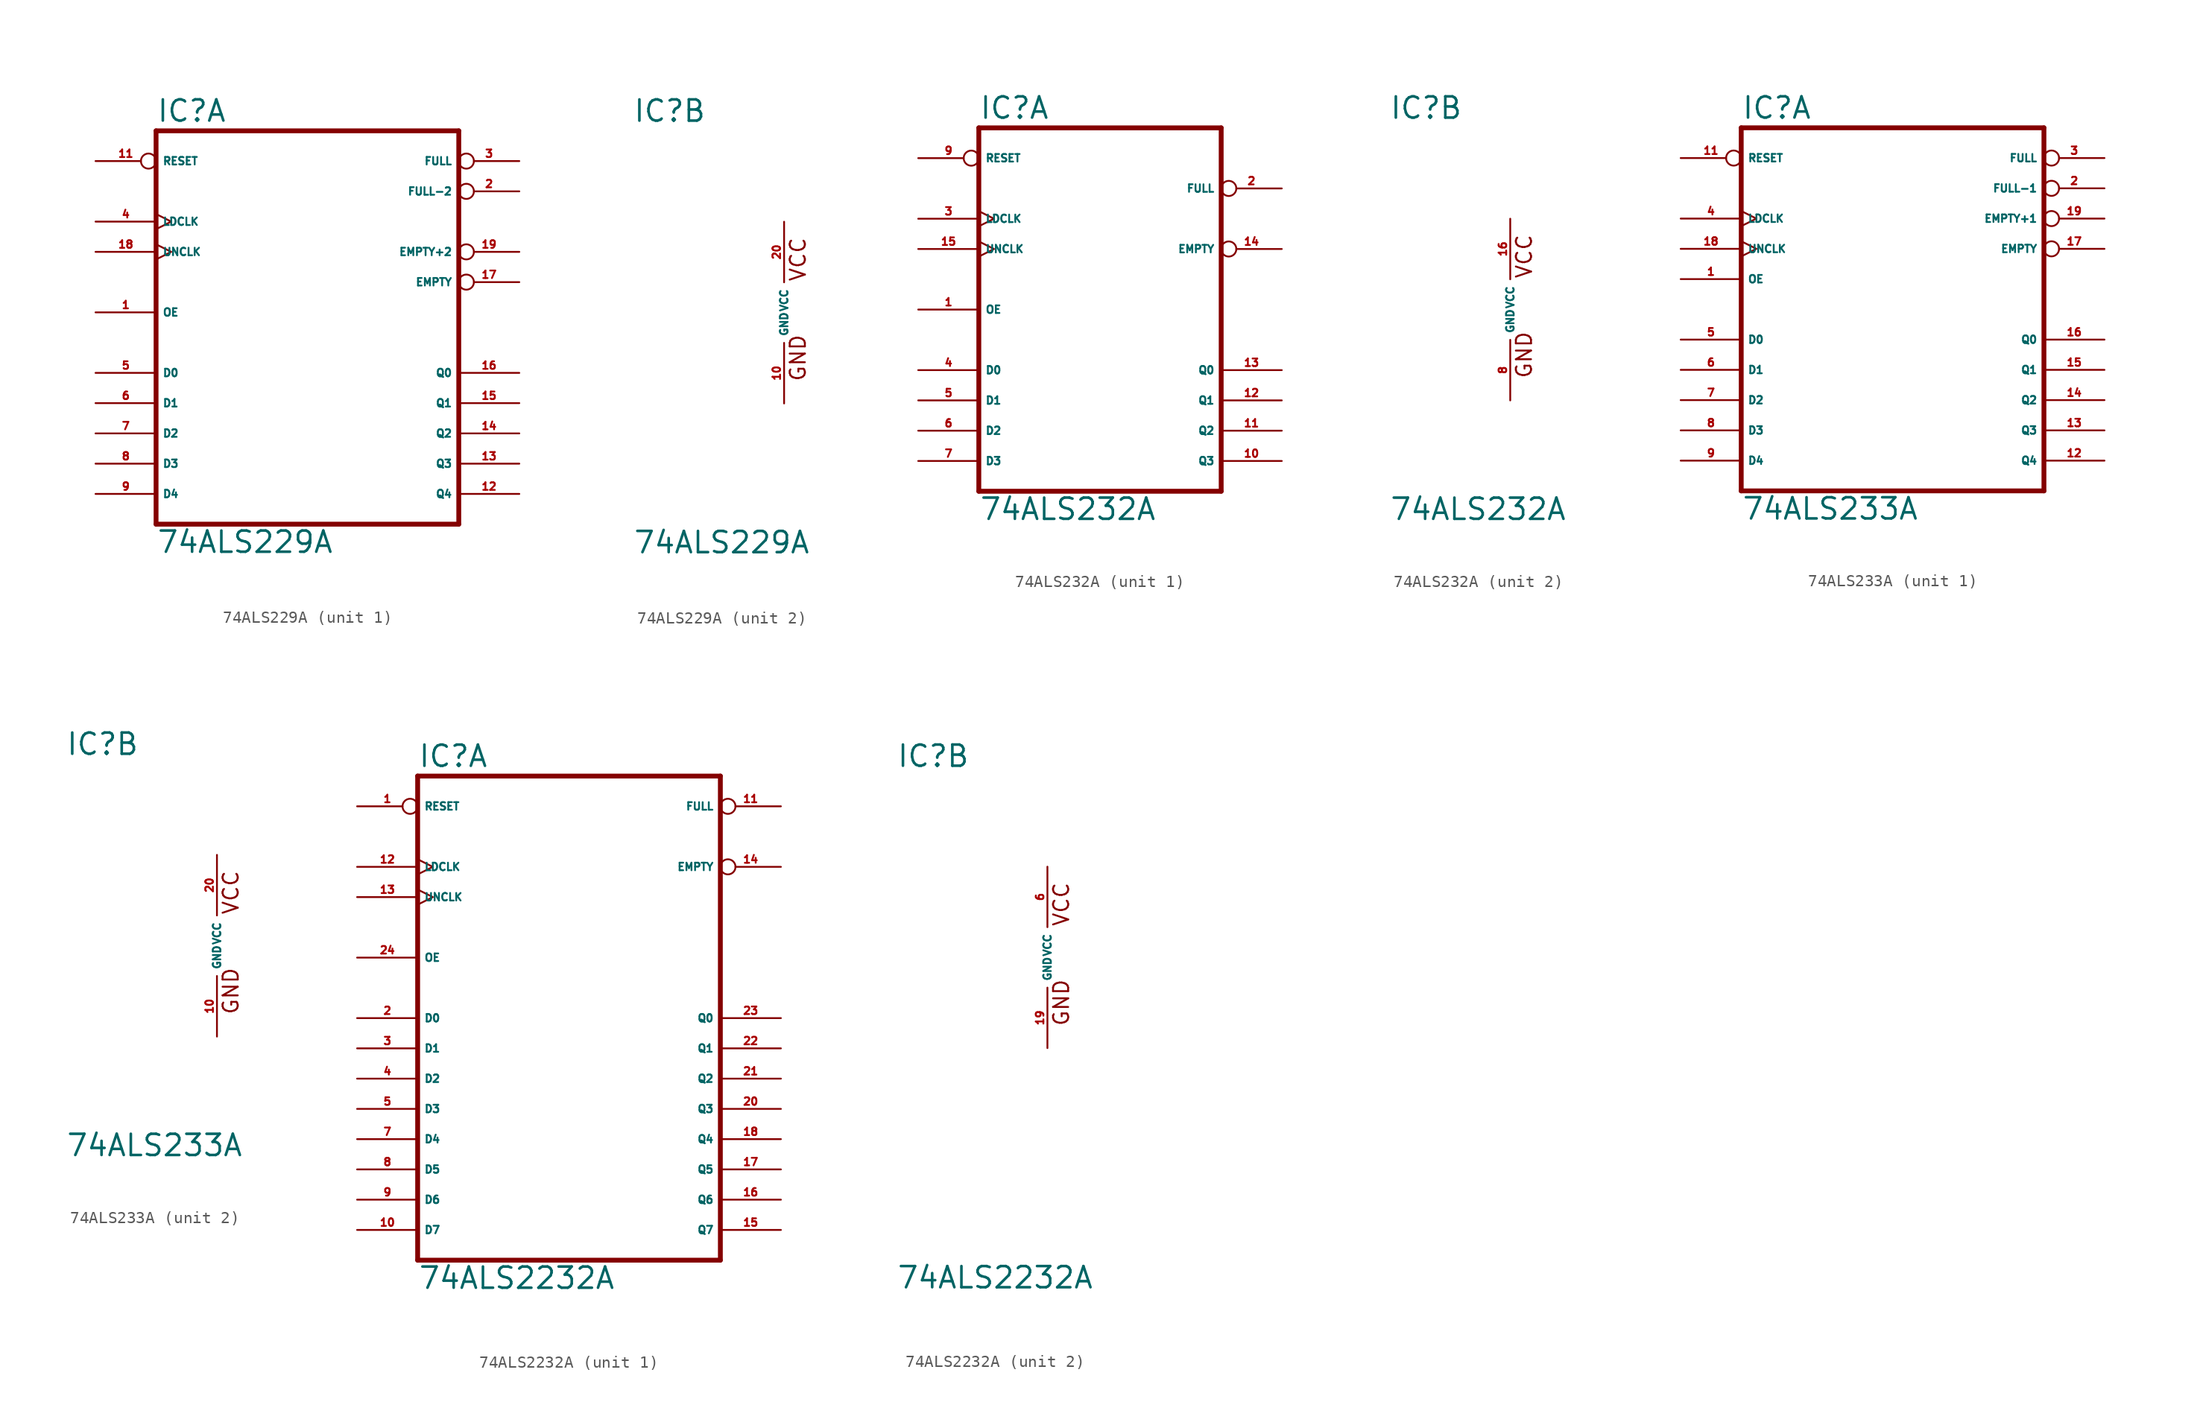
<source format=kicad_sym>
(kicad_symbol_lib
  (version 20220914)
  (generator Eagle2Kicad)
  (symbol "74ALS229A"
    (property "Reference" "IC"
      (at -12.7 15.875 0)
      (effects (font (size 1.778 1.778) (thickness 0.22)) (justify left bottom)))
    (property "Value" "74ALS229A"
      (at -12.7 -20.32 0)
      (effects (font (size 1.778 1.778) (thickness 0.22)) (justify left bottom)))
    (symbol "74ALS229A_1_0"
      (polyline (pts (xy -12.7 -17.78) (xy 12.7 -17.78)) (stroke (width 0.406) (type default)) (fill (type none)))
      (polyline (pts (xy 12.7 15.24) (xy 12.7 -17.78)) (stroke (width 0.406) (type default)) (fill (type none)))
      (polyline (pts (xy 12.7 15.24) (xy -12.7 15.24)) (stroke (width 0.406) (type default)) (fill (type none)))
      (polyline (pts (xy -12.7 -17.78) (xy -12.7 15.24)) (stroke (width 0.406) (type default)) (fill (type none)))
      (pin input inverted (at -17.78 12.7 0) (length 5.08) (name "RESET" (effects (font (size 0.635 0.635) (thickness 0.08)) (justify left bottom))) (number "11" (effects (font (size 0.635 0.635) (thickness 0.08)) (justify left bottom))))
      (pin input clock (at -17.78 7.62 0) (length 5.08) (name "LDCLK" (effects (font (size 0.635 0.635) (thickness 0.08)) (justify left bottom))) (number "4" (effects (font (size 0.635 0.635) (thickness 0.08)) (justify left bottom))))
      (pin input clock (at -17.78 5.08 0) (length 5.08) (name "UNCLK" (effects (font (size 0.635 0.635) (thickness 0.08)) (justify left bottom))) (number "18" (effects (font (size 0.635 0.635) (thickness 0.08)) (justify left bottom))))
      (pin input line (at -17.78 0 0) (length 5.08) (name "OE" (effects (font (size 0.635 0.635) (thickness 0.08)) (justify left bottom))) (number "1" (effects (font (size 0.635 0.635) (thickness 0.08)) (justify left bottom))))
      (pin input line (at -17.78 -5.08 0) (length 5.08) (name "D0" (effects (font (size 0.635 0.635) (thickness 0.08)) (justify left bottom))) (number "5" (effects (font (size 0.635 0.635) (thickness 0.08)) (justify left bottom))))
      (pin input line (at -17.78 -7.62 0) (length 5.08) (name "D1" (effects (font (size 0.635 0.635) (thickness 0.08)) (justify left bottom))) (number "6" (effects (font (size 0.635 0.635) (thickness 0.08)) (justify left bottom))))
      (pin input line (at -17.78 -10.16 0) (length 5.08) (name "D2" (effects (font (size 0.635 0.635) (thickness 0.08)) (justify left bottom))) (number "7" (effects (font (size 0.635 0.635) (thickness 0.08)) (justify left bottom))))
      (pin input line (at -17.78 -12.7 0) (length 5.08) (name "D3" (effects (font (size 0.635 0.635) (thickness 0.08)) (justify left bottom))) (number "8" (effects (font (size 0.635 0.635) (thickness 0.08)) (justify left bottom))))
      (pin input line (at -17.78 -15.24 0) (length 5.08) (name "D4" (effects (font (size 0.635 0.635) (thickness 0.08)) (justify left bottom))) (number "9" (effects (font (size 0.635 0.635) (thickness 0.08)) (justify left bottom))))
      (pin tri_state line (at 17.78 -5.08 180) (length 5.08) (name "Q0" (effects (font (size 0.635 0.635) (thickness 0.08)) (justify left bottom))) (number "16" (effects (font (size 0.635 0.635) (thickness 0.08)) (justify left bottom))))
      (pin tri_state line (at 17.78 -7.62 180) (length 5.08) (name "Q1" (effects (font (size 0.635 0.635) (thickness 0.08)) (justify left bottom))) (number "15" (effects (font (size 0.635 0.635) (thickness 0.08)) (justify left bottom))))
      (pin tri_state line (at 17.78 -10.16 180) (length 5.08) (name "Q2" (effects (font (size 0.635 0.635) (thickness 0.08)) (justify left bottom))) (number "14" (effects (font (size 0.635 0.635) (thickness 0.08)) (justify left bottom))))
      (pin tri_state line (at 17.78 -12.7 180) (length 5.08) (name "Q3" (effects (font (size 0.635 0.635) (thickness 0.08)) (justify left bottom))) (number "13" (effects (font (size 0.635 0.635) (thickness 0.08)) (justify left bottom))))
      (pin tri_state line (at 17.78 -15.24 180) (length 5.08) (name "Q4" (effects (font (size 0.635 0.635) (thickness 0.08)) (justify left bottom))) (number "12" (effects (font (size 0.635 0.635) (thickness 0.08)) (justify left bottom))))
      (pin output inverted (at 17.78 12.7 180) (length 5.08) (name "FULL" (effects (font (size 0.635 0.635) (thickness 0.08)) (justify left bottom))) (number "3" (effects (font (size 0.635 0.635) (thickness 0.08)) (justify left bottom))))
      (pin output inverted (at 17.78 10.16 180) (length 5.08) (name "FULL-2" (effects (font (size 0.635 0.635) (thickness 0.08)) (justify left bottom))) (number "2" (effects (font (size 0.635 0.635) (thickness 0.08)) (justify left bottom))))
      (pin output inverted (at 17.78 5.08 180) (length 5.08) (name "EMPTY+2" (effects (font (size 0.635 0.635) (thickness 0.08)) (justify left bottom))) (number "19" (effects (font (size 0.635 0.635) (thickness 0.08)) (justify left bottom))))
      (pin output inverted (at 17.78 2.54 180) (length 5.08) (name "EMPTY" (effects (font (size 0.635 0.635) (thickness 0.08)) (justify left bottom))) (number "17" (effects (font (size 0.635 0.635) (thickness 0.08)) (justify left bottom)))))
    (symbol "74ALS229A_2_0"
      (text "GND" (at 1.905 -5.842 900) (effects (font (size 1.27 1.27) (thickness 0.16)) (justify left bottom)))
      (text "VCC" (at 1.905 2.54 900) (effects (font (size 1.27 1.27) (thickness 0.16)) (justify left bottom)))
      (pin unspecified line (at 0 -7.62 90) (length 5.08) (name "GND" (effects (font (size 0.635 0.635) (thickness 0.08)) (justify left bottom))) (number "10" (effects (font (size 0.635 0.635) (thickness 0.08)) (justify left bottom))))
      (pin unspecified line (at 0 7.62 270) (length 5.08) (name "VCC" (effects (font (size 0.635 0.635) (thickness 0.08)) (justify left bottom))) (number "20" (effects (font (size 0.635 0.635) (thickness 0.08)) (justify left bottom))))))
  (symbol "74ALS232A"
    (property "Reference" "IC"
      (at -10.16 15.875 0)
      (effects (font (size 1.778 1.778) (thickness 0.22)) (justify left bottom)))
    (property "Value" "74ALS232A"
      (at -10.16 -17.78 0)
      (effects (font (size 1.778 1.778) (thickness 0.22)) (justify left bottom)))
    (symbol "74ALS232A_1_0"
      (polyline (pts (xy -10.16 -15.24) (xy 10.16 -15.24)) (stroke (width 0.406) (type default)) (fill (type none)))
      (polyline (pts (xy 10.16 15.24) (xy 10.16 -15.24)) (stroke (width 0.406) (type default)) (fill (type none)))
      (polyline (pts (xy 10.16 15.24) (xy -10.16 15.24)) (stroke (width 0.406) (type default)) (fill (type none)))
      (polyline (pts (xy -10.16 -15.24) (xy -10.16 15.24)) (stroke (width 0.406) (type default)) (fill (type none)))
      (pin input inverted (at -15.24 12.7 0) (length 5.08) (name "RESET" (effects (font (size 0.635 0.635) (thickness 0.08)) (justify left bottom))) (number "9" (effects (font (size 0.635 0.635) (thickness 0.08)) (justify left bottom))))
      (pin input clock (at -15.24 7.62 0) (length 5.08) (name "LDCLK" (effects (font (size 0.635 0.635) (thickness 0.08)) (justify left bottom))) (number "3" (effects (font (size 0.635 0.635) (thickness 0.08)) (justify left bottom))))
      (pin input clock (at -15.24 5.08 0) (length 5.08) (name "UNCLK" (effects (font (size 0.635 0.635) (thickness 0.08)) (justify left bottom))) (number "15" (effects (font (size 0.635 0.635) (thickness 0.08)) (justify left bottom))))
      (pin input line (at -15.24 0 0) (length 5.08) (name "OE" (effects (font (size 0.635 0.635) (thickness 0.08)) (justify left bottom))) (number "1" (effects (font (size 0.635 0.635) (thickness 0.08)) (justify left bottom))))
      (pin input line (at -15.24 -5.08 0) (length 5.08) (name "D0" (effects (font (size 0.635 0.635) (thickness 0.08)) (justify left bottom))) (number "4" (effects (font (size 0.635 0.635) (thickness 0.08)) (justify left bottom))))
      (pin input line (at -15.24 -7.62 0) (length 5.08) (name "D1" (effects (font (size 0.635 0.635) (thickness 0.08)) (justify left bottom))) (number "5" (effects (font (size 0.635 0.635) (thickness 0.08)) (justify left bottom))))
      (pin input line (at -15.24 -10.16 0) (length 5.08) (name "D2" (effects (font (size 0.635 0.635) (thickness 0.08)) (justify left bottom))) (number "6" (effects (font (size 0.635 0.635) (thickness 0.08)) (justify left bottom))))
      (pin input line (at -15.24 -12.7 0) (length 5.08) (name "D3" (effects (font (size 0.635 0.635) (thickness 0.08)) (justify left bottom))) (number "7" (effects (font (size 0.635 0.635) (thickness 0.08)) (justify left bottom))))
      (pin tri_state line (at 15.24 -12.7 180) (length 5.08) (name "Q3" (effects (font (size 0.635 0.635) (thickness 0.08)) (justify left bottom))) (number "10" (effects (font (size 0.635 0.635) (thickness 0.08)) (justify left bottom))))
      (pin tri_state line (at 15.24 -10.16 180) (length 5.08) (name "Q2" (effects (font (size 0.635 0.635) (thickness 0.08)) (justify left bottom))) (number "11" (effects (font (size 0.635 0.635) (thickness 0.08)) (justify left bottom))))
      (pin tri_state line (at 15.24 -7.62 180) (length 5.08) (name "Q1" (effects (font (size 0.635 0.635) (thickness 0.08)) (justify left bottom))) (number "12" (effects (font (size 0.635 0.635) (thickness 0.08)) (justify left bottom))))
      (pin tri_state line (at 15.24 -5.08 180) (length 5.08) (name "Q0" (effects (font (size 0.635 0.635) (thickness 0.08)) (justify left bottom))) (number "13" (effects (font (size 0.635 0.635) (thickness 0.08)) (justify left bottom))))
      (pin output inverted (at 15.24 10.16 180) (length 5.08) (name "FULL" (effects (font (size 0.635 0.635) (thickness 0.08)) (justify left bottom))) (number "2" (effects (font (size 0.635 0.635) (thickness 0.08)) (justify left bottom))))
      (pin output inverted (at 15.24 5.08 180) (length 5.08) (name "EMPTY" (effects (font (size 0.635 0.635) (thickness 0.08)) (justify left bottom))) (number "14" (effects (font (size 0.635 0.635) (thickness 0.08)) (justify left bottom)))))
    (symbol "74ALS232A_2_0"
      (text "GND" (at 1.905 -5.842 900) (effects (font (size 1.27 1.27) (thickness 0.16)) (justify left bottom)))
      (text "VCC" (at 1.905 2.54 900) (effects (font (size 1.27 1.27) (thickness 0.16)) (justify left bottom)))
      (pin unspecified line (at 0 -7.62 90) (length 5.08) (name "GND" (effects (font (size 0.635 0.635) (thickness 0.08)) (justify left bottom))) (number "8" (effects (font (size 0.635 0.635) (thickness 0.08)) (justify left bottom))))
      (pin unspecified line (at 0 7.62 270) (length 5.08) (name "VCC" (effects (font (size 0.635 0.635) (thickness 0.08)) (justify left bottom))) (number "16" (effects (font (size 0.635 0.635) (thickness 0.08)) (justify left bottom))))))
  (symbol "74ALS233A"
    (property "Reference" "IC"
      (at -12.7 15.875 0)
      (effects (font (size 1.778 1.778) (thickness 0.22)) (justify left bottom)))
    (property "Value" "74ALS233A"
      (at -12.7 -17.78 0)
      (effects (font (size 1.778 1.778) (thickness 0.22)) (justify left bottom)))
    (symbol "74ALS233A_1_0"
      (polyline (pts (xy -12.7 -15.24) (xy 12.7 -15.24)) (stroke (width 0.406) (type default)) (fill (type none)))
      (polyline (pts (xy 12.7 15.24) (xy 12.7 -15.24)) (stroke (width 0.406) (type default)) (fill (type none)))
      (polyline (pts (xy 12.7 15.24) (xy -12.7 15.24)) (stroke (width 0.406) (type default)) (fill (type none)))
      (polyline (pts (xy -12.7 -15.24) (xy -12.7 15.24)) (stroke (width 0.406) (type default)) (fill (type none)))
      (pin input inverted (at -17.78 12.7 0) (length 5.08) (name "RESET" (effects (font (size 0.635 0.635) (thickness 0.08)) (justify left bottom))) (number "11" (effects (font (size 0.635 0.635) (thickness 0.08)) (justify left bottom))))
      (pin input clock (at -17.78 7.62 0) (length 5.08) (name "LDCLK" (effects (font (size 0.635 0.635) (thickness 0.08)) (justify left bottom))) (number "4" (effects (font (size 0.635 0.635) (thickness 0.08)) (justify left bottom))))
      (pin input clock (at -17.78 5.08 0) (length 5.08) (name "UNCLK" (effects (font (size 0.635 0.635) (thickness 0.08)) (justify left bottom))) (number "18" (effects (font (size 0.635 0.635) (thickness 0.08)) (justify left bottom))))
      (pin input line (at -17.78 2.54 0) (length 5.08) (name "OE" (effects (font (size 0.635 0.635) (thickness 0.08)) (justify left bottom))) (number "1" (effects (font (size 0.635 0.635) (thickness 0.08)) (justify left bottom))))
      (pin input line (at -17.78 -2.54 0) (length 5.08) (name "D0" (effects (font (size 0.635 0.635) (thickness 0.08)) (justify left bottom))) (number "5" (effects (font (size 0.635 0.635) (thickness 0.08)) (justify left bottom))))
      (pin input line (at -17.78 -5.08 0) (length 5.08) (name "D1" (effects (font (size 0.635 0.635) (thickness 0.08)) (justify left bottom))) (number "6" (effects (font (size 0.635 0.635) (thickness 0.08)) (justify left bottom))))
      (pin input line (at -17.78 -7.62 0) (length 5.08) (name "D2" (effects (font (size 0.635 0.635) (thickness 0.08)) (justify left bottom))) (number "7" (effects (font (size 0.635 0.635) (thickness 0.08)) (justify left bottom))))
      (pin input line (at -17.78 -10.16 0) (length 5.08) (name "D3" (effects (font (size 0.635 0.635) (thickness 0.08)) (justify left bottom))) (number "8" (effects (font (size 0.635 0.635) (thickness 0.08)) (justify left bottom))))
      (pin tri_state line (at 17.78 -10.16 180) (length 5.08) (name "Q3" (effects (font (size 0.635 0.635) (thickness 0.08)) (justify left bottom))) (number "13" (effects (font (size 0.635 0.635) (thickness 0.08)) (justify left bottom))))
      (pin tri_state line (at 17.78 -7.62 180) (length 5.08) (name "Q2" (effects (font (size 0.635 0.635) (thickness 0.08)) (justify left bottom))) (number "14" (effects (font (size 0.635 0.635) (thickness 0.08)) (justify left bottom))))
      (pin tri_state line (at 17.78 -5.08 180) (length 5.08) (name "Q1" (effects (font (size 0.635 0.635) (thickness 0.08)) (justify left bottom))) (number "15" (effects (font (size 0.635 0.635) (thickness 0.08)) (justify left bottom))))
      (pin tri_state line (at 17.78 -2.54 180) (length 5.08) (name "Q0" (effects (font (size 0.635 0.635) (thickness 0.08)) (justify left bottom))) (number "16" (effects (font (size 0.635 0.635) (thickness 0.08)) (justify left bottom))))
      (pin output inverted (at 17.78 12.7 180) (length 5.08) (name "FULL" (effects (font (size 0.635 0.635) (thickness 0.08)) (justify left bottom))) (number "3" (effects (font (size 0.635 0.635) (thickness 0.08)) (justify left bottom))))
      (pin output inverted (at 17.78 5.08 180) (length 5.08) (name "EMPTY" (effects (font (size 0.635 0.635) (thickness 0.08)) (justify left bottom))) (number "17" (effects (font (size 0.635 0.635) (thickness 0.08)) (justify left bottom))))
      (pin output inverted (at 17.78 10.16 180) (length 5.08) (name "FULL-1" (effects (font (size 0.635 0.635) (thickness 0.08)) (justify left bottom))) (number "2" (effects (font (size 0.635 0.635) (thickness 0.08)) (justify left bottom))))
      (pin output inverted (at 17.78 7.62 180) (length 5.08) (name "EMPTY+1" (effects (font (size 0.635 0.635) (thickness 0.08)) (justify left bottom))) (number "19" (effects (font (size 0.635 0.635) (thickness 0.08)) (justify left bottom))))
      (pin input line (at -17.78 -12.7 0) (length 5.08) (name "D4" (effects (font (size 0.635 0.635) (thickness 0.08)) (justify left bottom))) (number "9" (effects (font (size 0.635 0.635) (thickness 0.08)) (justify left bottom))))
      (pin tri_state line (at 17.78 -12.7 180) (length 5.08) (name "Q4" (effects (font (size 0.635 0.635) (thickness 0.08)) (justify left bottom))) (number "12" (effects (font (size 0.635 0.635) (thickness 0.08)) (justify left bottom)))))
    (symbol "74ALS233A_2_0"
      (text "GND" (at 1.905 -5.842 900) (effects (font (size 1.27 1.27) (thickness 0.16)) (justify left bottom)))
      (text "VCC" (at 1.905 2.54 900) (effects (font (size 1.27 1.27) (thickness 0.16)) (justify left bottom)))
      (pin unspecified line (at 0 -7.62 90) (length 5.08) (name "GND" (effects (font (size 0.635 0.635) (thickness 0.08)) (justify left bottom))) (number "10" (effects (font (size 0.635 0.635) (thickness 0.08)) (justify left bottom))))
      (pin unspecified line (at 0 7.62 270) (length 5.08) (name "VCC" (effects (font (size 0.635 0.635) (thickness 0.08)) (justify left bottom))) (number "20" (effects (font (size 0.635 0.635) (thickness 0.08)) (justify left bottom))))))
  (symbol "74ALS2232A"
    (property "Reference" "IC"
      (at -12.7 15.875 0)
      (effects (font (size 1.778 1.778) (thickness 0.22)) (justify left bottom)))
    (property "Value" "74ALS2232A"
      (at -12.7 -27.94 0)
      (effects (font (size 1.778 1.778) (thickness 0.22)) (justify left bottom)))
    (symbol "74ALS2232A_1_0"
      (polyline (pts (xy -12.7 -25.4) (xy 12.7 -25.4)) (stroke (width 0.406) (type default)) (fill (type none)))
      (polyline (pts (xy 12.7 15.24) (xy 12.7 -25.4)) (stroke (width 0.406) (type default)) (fill (type none)))
      (polyline (pts (xy 12.7 15.24) (xy -12.7 15.24)) (stroke (width 0.406) (type default)) (fill (type none)))
      (polyline (pts (xy -12.7 -25.4) (xy -12.7 15.24)) (stroke (width 0.406) (type default)) (fill (type none)))
      (pin input inverted (at -17.78 12.7 0) (length 5.08) (name "RESET" (effects (font (size 0.635 0.635) (thickness 0.08)) (justify left bottom))) (number "1" (effects (font (size 0.635 0.635) (thickness 0.08)) (justify left bottom))))
      (pin input clock (at -17.78 7.62 0) (length 5.08) (name "LDCLK" (effects (font (size 0.635 0.635) (thickness 0.08)) (justify left bottom))) (number "12" (effects (font (size 0.635 0.635) (thickness 0.08)) (justify left bottom))))
      (pin input clock (at -17.78 5.08 0) (length 5.08) (name "UNCLK" (effects (font (size 0.635 0.635) (thickness 0.08)) (justify left bottom))) (number "13" (effects (font (size 0.635 0.635) (thickness 0.08)) (justify left bottom))))
      (pin input line (at -17.78 0 0) (length 5.08) (name "OE" (effects (font (size 0.635 0.635) (thickness 0.08)) (justify left bottom))) (number "24" (effects (font (size 0.635 0.635) (thickness 0.08)) (justify left bottom))))
      (pin input line (at -17.78 -5.08 0) (length 5.08) (name "D0" (effects (font (size 0.635 0.635) (thickness 0.08)) (justify left bottom))) (number "2" (effects (font (size 0.635 0.635) (thickness 0.08)) (justify left bottom))))
      (pin input line (at -17.78 -7.62 0) (length 5.08) (name "D1" (effects (font (size 0.635 0.635) (thickness 0.08)) (justify left bottom))) (number "3" (effects (font (size 0.635 0.635) (thickness 0.08)) (justify left bottom))))
      (pin input line (at -17.78 -10.16 0) (length 5.08) (name "D2" (effects (font (size 0.635 0.635) (thickness 0.08)) (justify left bottom))) (number "4" (effects (font (size 0.635 0.635) (thickness 0.08)) (justify left bottom))))
      (pin input line (at -17.78 -12.7 0) (length 5.08) (name "D3" (effects (font (size 0.635 0.635) (thickness 0.08)) (justify left bottom))) (number "5" (effects (font (size 0.635 0.635) (thickness 0.08)) (justify left bottom))))
      (pin input line (at -17.78 -15.24 0) (length 5.08) (name "D4" (effects (font (size 0.635 0.635) (thickness 0.08)) (justify left bottom))) (number "7" (effects (font (size 0.635 0.635) (thickness 0.08)) (justify left bottom))))
      (pin tri_state line (at 17.78 -5.08 180) (length 5.08) (name "Q0" (effects (font (size 0.635 0.635) (thickness 0.08)) (justify left bottom))) (number "23" (effects (font (size 0.635 0.635) (thickness 0.08)) (justify left bottom))))
      (pin tri_state line (at 17.78 -7.62 180) (length 5.08) (name "Q1" (effects (font (size 0.635 0.635) (thickness 0.08)) (justify left bottom))) (number "22" (effects (font (size 0.635 0.635) (thickness 0.08)) (justify left bottom))))
      (pin tri_state line (at 17.78 -10.16 180) (length 5.08) (name "Q2" (effects (font (size 0.635 0.635) (thickness 0.08)) (justify left bottom))) (number "21" (effects (font (size 0.635 0.635) (thickness 0.08)) (justify left bottom))))
      (pin tri_state line (at 17.78 -12.7 180) (length 5.08) (name "Q3" (effects (font (size 0.635 0.635) (thickness 0.08)) (justify left bottom))) (number "20" (effects (font (size 0.635 0.635) (thickness 0.08)) (justify left bottom))))
      (pin tri_state line (at 17.78 -15.24 180) (length 5.08) (name "Q4" (effects (font (size 0.635 0.635) (thickness 0.08)) (justify left bottom))) (number "18" (effects (font (size 0.635 0.635) (thickness 0.08)) (justify left bottom))))
      (pin output inverted (at 17.78 12.7 180) (length 5.08) (name "FULL" (effects (font (size 0.635 0.635) (thickness 0.08)) (justify left bottom))) (number "11" (effects (font (size 0.635 0.635) (thickness 0.08)) (justify left bottom))))
      (pin output inverted (at 17.78 7.62 180) (length 5.08) (name "EMPTY" (effects (font (size 0.635 0.635) (thickness 0.08)) (justify left bottom))) (number "14" (effects (font (size 0.635 0.635) (thickness 0.08)) (justify left bottom))))
      (pin input line (at -17.78 -17.78 0) (length 5.08) (name "D5" (effects (font (size 0.635 0.635) (thickness 0.08)) (justify left bottom))) (number "8" (effects (font (size 0.635 0.635) (thickness 0.08)) (justify left bottom))))
      (pin input line (at -17.78 -20.32 0) (length 5.08) (name "D6" (effects (font (size 0.635 0.635) (thickness 0.08)) (justify left bottom))) (number "9" (effects (font (size 0.635 0.635) (thickness 0.08)) (justify left bottom))))
      (pin input line (at -17.78 -22.86 0) (length 5.08) (name "D7" (effects (font (size 0.635 0.635) (thickness 0.08)) (justify left bottom))) (number "10" (effects (font (size 0.635 0.635) (thickness 0.08)) (justify left bottom))))
      (pin tri_state line (at 17.78 -17.78 180) (length 5.08) (name "Q5" (effects (font (size 0.635 0.635) (thickness 0.08)) (justify left bottom))) (number "17" (effects (font (size 0.635 0.635) (thickness 0.08)) (justify left bottom))))
      (pin tri_state line (at 17.78 -20.32 180) (length 5.08) (name "Q6" (effects (font (size 0.635 0.635) (thickness 0.08)) (justify left bottom))) (number "16" (effects (font (size 0.635 0.635) (thickness 0.08)) (justify left bottom))))
      (pin tri_state line (at 17.78 -22.86 180) (length 5.08) (name "Q7" (effects (font (size 0.635 0.635) (thickness 0.08)) (justify left bottom))) (number "15" (effects (font (size 0.635 0.635) (thickness 0.08)) (justify left bottom)))))
    (symbol "74ALS2232A_2_0"
      (text "GND" (at 1.905 -5.842 900) (effects (font (size 1.27 1.27) (thickness 0.16)) (justify left bottom)))
      (text "VCC" (at 1.905 2.54 900) (effects (font (size 1.27 1.27) (thickness 0.16)) (justify left bottom)))
      (pin unspecified line (at 0 -7.62 90) (length 5.08) (name "GND" (effects (font (size 0.635 0.635) (thickness 0.08)) (justify left bottom))) (number "19" (effects (font (size 0.635 0.635) (thickness 0.08)) (justify left bottom))))
      (pin unspecified line (at 0 7.62 270) (length 5.08) (name "VCC" (effects (font (size 0.635 0.635) (thickness 0.08)) (justify left bottom))) (number "6" (effects (font (size 0.635 0.635) (thickness 0.08)) (justify left bottom)))))))
</source>
